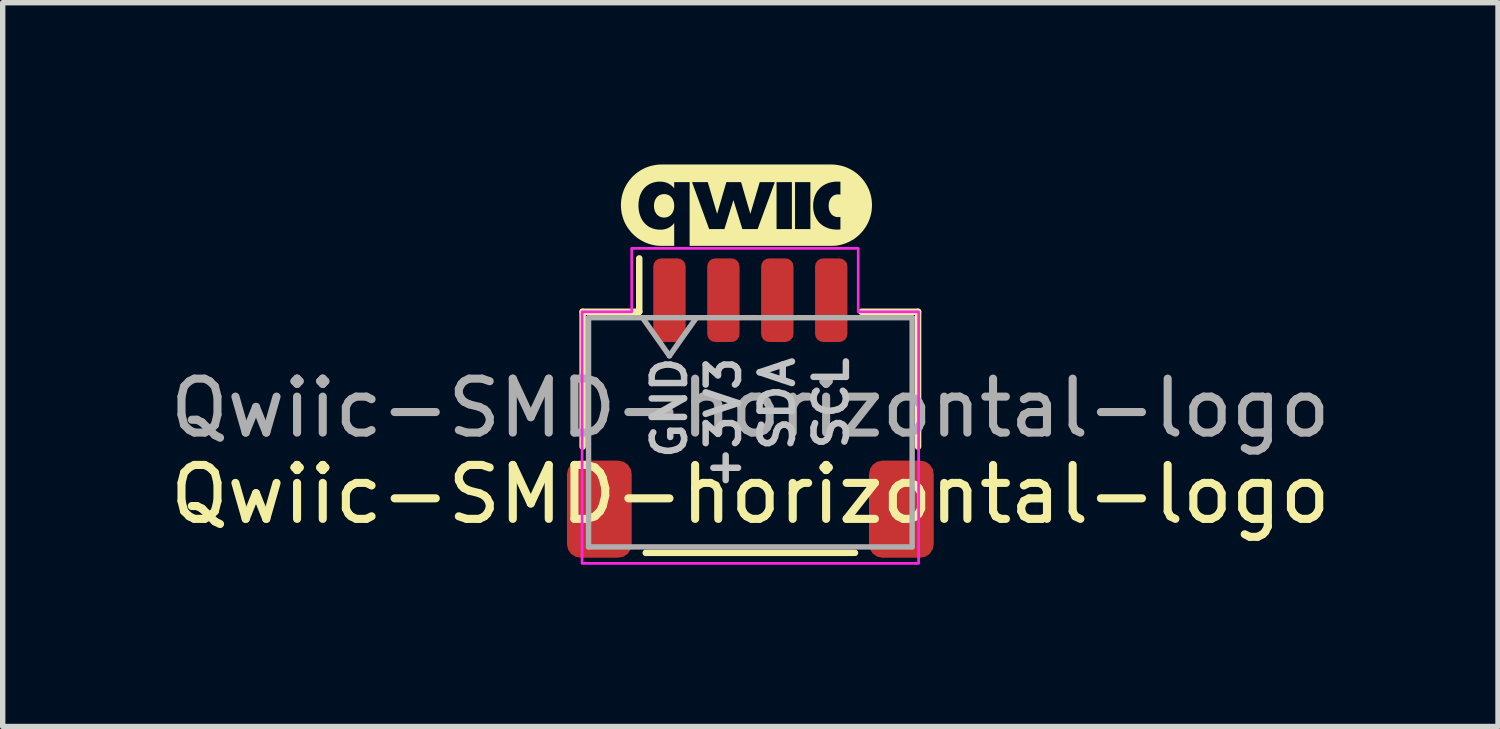
<source format=kicad_pcb>
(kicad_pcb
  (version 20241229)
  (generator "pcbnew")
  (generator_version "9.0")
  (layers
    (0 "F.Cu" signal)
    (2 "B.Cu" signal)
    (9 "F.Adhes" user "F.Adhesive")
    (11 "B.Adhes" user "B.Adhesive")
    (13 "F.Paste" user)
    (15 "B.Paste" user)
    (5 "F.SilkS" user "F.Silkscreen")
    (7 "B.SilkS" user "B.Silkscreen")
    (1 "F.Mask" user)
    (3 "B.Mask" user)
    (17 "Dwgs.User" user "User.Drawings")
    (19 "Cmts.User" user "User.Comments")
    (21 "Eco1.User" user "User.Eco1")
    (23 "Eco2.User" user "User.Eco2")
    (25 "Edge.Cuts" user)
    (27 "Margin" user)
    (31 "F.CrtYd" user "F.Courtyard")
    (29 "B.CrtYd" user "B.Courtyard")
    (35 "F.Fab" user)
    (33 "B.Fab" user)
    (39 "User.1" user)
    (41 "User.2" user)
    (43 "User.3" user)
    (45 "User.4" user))
  (footprint "Qwiic-SMD-horizontal-logo"
    (layer "F.Cu")
    (at 10.863 4.516)
    (property "Reference" "Qwiic-SMD-horizontal-logo" (at 0 1.6 0) (layer "F.SilkS") (effects (font (size 1 1) (thickness 0.15))))
    (attr smd)
    (fp_line (start -3.11 -1.785) (end -2.06 -1.785) (stroke (width 0.12) (type solid)) (layer "F.SilkS"))
    (fp_line (start -3.11 0.715) (end -3.11 -1.785) (stroke (width 0.12) (type solid)) (layer "F.SilkS"))
    (fp_line (start -2.06 -1.785) (end -2.06 -2.775) (stroke (width 0.12) (type solid)) (layer "F.SilkS"))
    (fp_line (start -1.94 2.685) (end 1.94 2.685) (stroke (width 0.12) (type solid)) (layer "F.SilkS"))
    (fp_line (start 3.11 -1.785) (end 2.06 -1.785) (stroke (width 0.12) (type solid)) (layer "F.SilkS"))
    (fp_line (start 3.11 0.715) (end 3.11 -1.785) (stroke (width 0.12) (type solid)) (layer "F.SilkS"))
    (fp_poly (pts (xy -1.588 -3.966) (xy -1.578 -3.966) (xy -1.568 -3.964) (xy -1.559 -3.963) (xy -1.549 -3.96) (xy -1.54 -3.958) (xy -1.531 -3.955) (xy -1.523 -3.951) (xy -1.514 -3.947) (xy -1.506 -3.943) (xy -1.498 -3.938) (xy -1.491 -3.932) (xy -1.483 -3.927) (xy -1.477 -3.92) (xy -1.47 -3.914) (xy -1.464 -3.907) (xy -1.458 -3.9) (xy -1.452 -3.892) (xy -1.447 -3.884) (xy -1.442 -3.876) (xy -1.437 -3.867) (xy -1.433 -3.858) (xy -1.429 -3.848) (xy -1.426 -3.838) (xy -1.422 -3.828) (xy -1.42 -3.818) (xy -1.417 -3.807) (xy -1.415 -3.796) (xy -1.414 -3.785) (xy -1.413 -3.773) (xy -1.412 -3.762) (xy -1.412 -3.75) (xy -1.412 -3.738) (xy -1.413 -3.726) (xy -1.414 -3.714) (xy -1.415 -3.703) (xy -1.417 -3.692) (xy -1.42 -3.682) (xy -1.422 -3.671) (xy -1.426 -3.661) (xy -1.429 -3.652) (xy -1.433 -3.642) (xy -1.437 -3.633) (xy -1.442 -3.624) (xy -1.447 -3.616) (xy -1.452 -3.608) (xy -1.458 -3.6) (xy -1.464 -3.593) (xy -1.47 -3.586) (xy -1.477 -3.579) (xy -1.483 -3.573) (xy -1.491 -3.567) (xy -1.498 -3.562) (xy -1.506 -3.557) (xy -1.514 -3.552) (xy -1.523 -3.548) (xy -1.531 -3.545) (xy -1.54 -3.541) (xy -1.549 -3.539) (xy -1.559 -3.537) (xy -1.568 -3.535) (xy -1.578 -3.533) (xy -1.588 -3.533) (xy -1.599 -3.532) (xy -1.609 -3.533) (xy -1.619 -3.533) (xy -1.629 -3.535) (xy -1.639 -3.537) (xy -1.648 -3.539) (xy -1.658 -3.541) (xy -1.667 -3.545) (xy -1.675 -3.548) (xy -1.684 -3.552) (xy -1.692 -3.557) (xy -1.7 -3.562) (xy -1.708 -3.567) (xy -1.715 -3.573) (xy -1.722 -3.579) (xy -1.728 -3.586) (xy -1.735 -3.593) (xy -1.741 -3.6) (xy -1.747 -3.608) (xy -1.752 -3.616) (xy -1.757 -3.624) (xy -1.761 -3.633) (xy -1.766 -3.642) (xy -1.77 -3.652) (xy -1.773 -3.661) (xy -1.776 -3.671) (xy -1.779 -3.682) (xy -1.781 -3.692) (xy -1.783 -3.703) (xy -1.785 -3.714) (xy -1.786 -3.726) (xy -1.786 -3.738) (xy -1.787 -3.75) (xy -1.786 -3.762) (xy -1.786 -3.773) (xy -1.785 -3.785) (xy -1.783 -3.796) (xy -1.781 -3.807) (xy -1.779 -3.817) (xy -1.776 -3.828) (xy -1.773 -3.838) (xy -1.77 -3.848) (xy -1.766 -3.857) (xy -1.761 -3.866) (xy -1.757 -3.875) (xy -1.752 -3.883) (xy -1.747 -3.891) (xy -1.741 -3.899) (xy -1.735 -3.906) (xy -1.728 -3.913) (xy -1.722 -3.92) (xy -1.715 -3.926) (xy -1.708 -3.932) (xy -1.7 -3.937) (xy -1.692 -3.942) (xy -1.684 -3.947) (xy -1.675 -3.951) (xy -1.667 -3.954) (xy -1.658 -3.958) (xy -1.648 -3.96) (xy -1.639 -3.963) (xy -1.629 -3.964) (xy -1.619 -3.966) (xy -1.609 -3.966) (xy -1.599 -3.967)) (stroke (width -0.000001) (type solid)) (fill yes) (layer "F.SilkS"))
    (fp_poly (pts (xy 1.54 -4.515) (xy 1.578 -4.512) (xy 1.616 -4.507) (xy 1.653 -4.5) (xy 1.689 -4.492) (xy 1.725 -4.482) (xy 1.76 -4.47) (xy 1.794 -4.457) (xy 1.828 -4.441) (xy 1.86 -4.425) (xy 1.892 -4.407) (xy 1.923 -4.387) (xy 1.952 -4.366) (xy 1.981 -4.344) (xy 2.008 -4.32) (xy 2.034 -4.295) (xy 2.059 -4.269) (xy 2.083 -4.241) (xy 2.105 -4.213) (xy 2.126 -4.183) (xy 2.146 -4.152) (xy 2.164 -4.121) (xy 2.181 -4.088) (xy 2.196 -4.055) (xy 2.21 -4.021) (xy 2.221 -3.986) (xy 2.232 -3.95) (xy 2.24 -3.913) (xy 2.247 -3.876) (xy 2.251 -3.838) (xy 2.254 -3.8) (xy 2.255 -3.761) (xy 2.255 -3.761) (xy 2.254 -3.722) (xy 2.251 -3.684) (xy 2.247 -3.646) (xy 2.24 -3.609) (xy 2.232 -3.573) (xy 2.221 -3.537) (xy 2.21 -3.502) (xy 2.196 -3.467) (xy 2.181 -3.434) (xy 2.164 -3.401) (xy 2.146 -3.37) (xy 2.126 -3.339) (xy 2.105 -3.31) (xy 2.083 -3.281) (xy 2.059 -3.254) (xy 2.034 -3.228) (xy 2.008 -3.203) (xy 1.981 -3.179) (xy 1.952 -3.156) (xy 1.923 -3.135) (xy 1.892 -3.116) (xy 1.86 -3.098) (xy 1.828 -3.081) (xy 1.794 -3.066) (xy 1.76 -3.052) (xy 1.725 -3.041) (xy 1.689 -3.03) (xy 1.653 -3.022) (xy 1.616 -3.015) (xy 1.578 -3.01) (xy 1.54 -3.008) (xy 1.501 -3.007) (xy -1.126 -3.007) (xy -1.126 -4.189) (xy -1.081 -4.189) (xy -0.764 -3.319) (xy -0.481 -3.319) (xy -0.314 -3.856) (xy -0.148 -3.319) (xy 0.135 -3.319) (xy 0.486 -3.319) (xy 0.77 -3.319) (xy 0.828 -3.319) (xy 1.113 -3.319) (xy 1.113 -3.75) (xy 1.164 -3.75) (xy 1.165 -3.725) (xy 1.166 -3.701) (xy 1.169 -3.677) (xy 1.172 -3.654) (xy 1.177 -3.632) (xy 1.182 -3.61) (xy 1.189 -3.589) (xy 1.196 -3.569) (xy 1.205 -3.549) (xy 1.214 -3.53) (xy 1.224 -3.511) (xy 1.235 -3.494) (xy 1.247 -3.476) (xy 1.259 -3.46) (xy 1.273 -3.445) (xy 1.287 -3.43) (xy 1.302 -3.416) (xy 1.318 -3.402) (xy 1.335 -3.39) (xy 1.352 -3.378) (xy 1.37 -3.368) (xy 1.389 -3.358) (xy 1.408 -3.349) (xy 1.428 -3.34) (xy 1.449 -3.333) (xy 1.47 -3.327) (xy 1.492 -3.321) (xy 1.515 -3.317) (xy 1.538 -3.313) (xy 1.562 -3.311) (xy 1.586 -3.309) (xy 1.611 -3.309) (xy 1.619 -3.309) (xy 1.626 -3.309) (xy 1.634 -3.309) (xy 1.641 -3.31) (xy 1.648 -3.31) (xy 1.656 -3.311) (xy 1.67 -3.312) (xy 1.67 -3.545) (xy 1.665 -3.544) (xy 1.659 -3.543) (xy 1.654 -3.542) (xy 1.649 -3.542) (xy 1.643 -3.541) (xy 1.637 -3.541) (xy 1.632 -3.541) (xy 1.626 -3.54) (xy 1.616 -3.541) (xy 1.607 -3.541) (xy 1.598 -3.543) (xy 1.589 -3.544) (xy 1.58 -3.546) (xy 1.572 -3.549) (xy 1.563 -3.552) (xy 1.555 -3.556) (xy 1.547 -3.559) (xy 1.54 -3.564) (xy 1.533 -3.569) (xy 1.526 -3.574) (xy 1.519 -3.579) (xy 1.512 -3.585) (xy 1.506 -3.591) (xy 1.5 -3.598) (xy 1.495 -3.605) (xy 1.49 -3.613) (xy 1.485 -3.621) (xy 1.48 -3.629) (xy 1.476 -3.637) (xy 1.472 -3.646) (xy 1.468 -3.655) (xy 1.465 -3.665) (xy 1.462 -3.674) (xy 1.459 -3.685) (xy 1.457 -3.695) (xy 1.455 -3.706) (xy 1.453 -3.728) (xy 1.452 -3.751) (xy 1.452 -3.763) (xy 1.453 -3.774) (xy 1.454 -3.785) (xy 1.455 -3.796) (xy 1.457 -3.807) (xy 1.459 -3.817) (xy 1.462 -3.827) (xy 1.465 -3.837) (xy 1.468 -3.846) (xy 1.472 -3.856) (xy 1.476 -3.864) (xy 1.48 -3.873) (xy 1.485 -3.881) (xy 1.49 -3.889) (xy 1.495 -3.896) (xy 1.5 -3.904) (xy 1.506 -3.91) (xy 1.512 -3.917) (xy 1.519 -3.923) (xy 1.526 -3.928) (xy 1.533 -3.933) (xy 1.54 -3.938) (xy 1.547 -3.943) (xy 1.555 -3.947) (xy 1.563 -3.95) (xy 1.572 -3.953) (xy 1.58 -3.956) (xy 1.589 -3.958) (xy 1.598 -3.96) (xy 1.607 -3.961) (xy 1.616 -3.962) (xy 1.626 -3.962) (xy 1.632 -3.962) (xy 1.637 -3.962) (xy 1.643 -3.961) (xy 1.649 -3.961) (xy 1.654 -3.96) (xy 1.659 -3.959) (xy 1.665 -3.958) (xy 1.67 -3.957) (xy 1.67 -4.195) (xy 1.657 -4.197) (xy 1.65 -4.197) (xy 1.643 -4.197) (xy 1.636 -4.198) (xy 1.629 -4.198) (xy 1.622 -4.198) (xy 1.615 -4.198) (xy 1.589 -4.198) (xy 1.565 -4.196) (xy 1.541 -4.194) (xy 1.518 -4.19) (xy 1.495 -4.186) (xy 1.473 -4.18) (xy 1.451 -4.174) (xy 1.43 -4.166) (xy 1.41 -4.158) (xy 1.39 -4.149) (xy 1.372 -4.138) (xy 1.353 -4.128) (xy 1.336 -4.116) (xy 1.319 -4.103) (xy 1.303 -4.09) (xy 1.288 -4.075) (xy 1.274 -4.06) (xy 1.26 -4.044) (xy 1.247 -4.028) (xy 1.235 -4.01) (xy 1.224 -3.992) (xy 1.214 -3.973) (xy 1.205 -3.954) (xy 1.197 -3.934) (xy 1.189 -3.913) (xy 1.183 -3.891) (xy 1.177 -3.869) (xy 1.173 -3.846) (xy 1.169 -3.823) (xy 1.166 -3.799) (xy 1.165 -3.775) (xy 1.164 -3.75) (xy 1.113 -3.75) (xy 1.113 -4.189) (xy 0.828 -4.189) (xy 0.828 -3.319) (xy 0.77 -3.319) (xy 0.77 -4.189) (xy 0.486 -4.189) (xy 0.486 -3.319) (xy 0.135 -3.319) (xy 0.454 -4.189) (xy 0.174 -4.189) (xy 0 -3.6) (xy -0.172 -4.189) (xy -0.445 -4.189) (xy -0.616 -3.6) (xy -0.79 -4.189) (xy -1.081 -4.189) (xy -1.126 -4.189) (xy -1.412 -4.189) (xy -1.412 -4.074) (xy -1.424 -4.089) (xy -1.436 -4.102) (xy -1.449 -4.115) (xy -1.463 -4.127) (xy -1.478 -4.138) (xy -1.493 -4.148) (xy -1.508 -4.158) (xy -1.525 -4.166) (xy -1.541 -4.173) (xy -1.559 -4.18) (xy -1.577 -4.185) (xy -1.596 -4.19) (xy -1.615 -4.194) (xy -1.635 -4.196) (xy -1.655 -4.198) (xy -1.676 -4.198) (xy -1.698 -4.198) (xy -1.72 -4.196) (xy -1.741 -4.194) (xy -1.762 -4.19) (xy -1.782 -4.186) (xy -1.802 -4.18) (xy -1.821 -4.174) (xy -1.839 -4.167) (xy -1.857 -4.159) (xy -1.874 -4.149) (xy -1.891 -4.14) (xy -1.907 -4.129) (xy -1.923 -4.117) (xy -1.937 -4.105) (xy -1.952 -4.091) (xy -1.965 -4.077) (xy -1.978 -4.063) (xy -1.99 -4.047) (xy -2.001 -4.031) (xy -2.012 -4.014) (xy -2.021 -3.996) (xy -2.03 -3.977) (xy -2.039 -3.958) (xy -2.046 -3.938) (xy -2.053 -3.918) (xy -2.058 -3.897) (xy -2.063 -3.875) (xy -2.067 -3.853) (xy -2.07 -3.83) (xy -2.073 -3.806) (xy -2.074 -3.782) (xy -2.075 -3.758) (xy -2.074 -3.733) (xy -2.073 -3.708) (xy -2.07 -3.684) (xy -2.067 -3.661) (xy -2.063 -3.638) (xy -2.058 -3.616) (xy -2.052 -3.594) (xy -2.046 -3.573) (xy -2.038 -3.553) (xy -2.03 -3.533) (xy -2.021 -3.515) (xy -2.011 -3.496) (xy -2 -3.479) (xy -1.989 -3.462) (xy -1.976 -3.446) (xy -1.964 -3.431) (xy -1.95 -3.417) (xy -1.936 -3.403) (xy -1.921 -3.39) (xy -1.905 -3.379) (xy -1.889 -3.367) (xy -1.872 -3.357) (xy -1.854 -3.348) (xy -1.836 -3.34) (xy -1.817 -3.332) (xy -1.797 -3.326) (xy -1.777 -3.32) (xy -1.757 -3.316) (xy -1.736 -3.312) (xy -1.714 -3.309) (xy -1.692 -3.308) (xy -1.669 -3.307) (xy -1.649 -3.308) (xy -1.629 -3.309) (xy -1.61 -3.312) (xy -1.591 -3.315) (xy -1.573 -3.32) (xy -1.556 -3.325) (xy -1.538 -3.332) (xy -1.522 -3.339) (xy -1.506 -3.347) (xy -1.491 -3.357) (xy -1.476 -3.367) (xy -1.462 -3.378) (xy -1.448 -3.39) (xy -1.436 -3.403) (xy -1.423 -3.417) (xy -1.412 -3.431) (xy -1.412 -3.007) (xy -1.645 -3.007) (xy -1.684 -3.008) (xy -1.722 -3.01) (xy -1.76 -3.015) (xy -1.797 -3.022) (xy -1.834 -3.03) (xy -1.87 -3.041) (xy -1.905 -3.052) (xy -1.939 -3.066) (xy -1.972 -3.081) (xy -2.005 -3.098) (xy -2.037 -3.116) (xy -2.067 -3.135) (xy -2.097 -3.156) (xy -2.125 -3.179) (xy -2.153 -3.203) (xy -2.179 -3.228) (xy -2.204 -3.254) (xy -2.228 -3.281) (xy -2.25 -3.31) (xy -2.271 -3.339) (xy -2.291 -3.37) (xy -2.309 -3.401) (xy -2.326 -3.434) (xy -2.341 -3.467) (xy -2.354 -3.502) (xy -2.366 -3.537) (xy -2.376 -3.573) (xy -2.385 -3.609) (xy -2.391 -3.646) (xy -2.396 -3.684) (xy -2.399 -3.722) (xy -2.4 -3.761) (xy -2.4 -3.761) (xy -2.399 -3.8) (xy -2.396 -3.838) (xy -2.391 -3.876) (xy -2.385 -3.913) (xy -2.376 -3.95) (xy -2.366 -3.986) (xy -2.354 -4.021) (xy -2.341 -4.055) (xy -2.326 -4.088) (xy -2.309 -4.121) (xy -2.291 -4.152) (xy -2.271 -4.183) (xy -2.25 -4.213) (xy -2.228 -4.241) (xy -2.204 -4.269) (xy -2.179 -4.295) (xy -2.153 -4.32) (xy -2.125 -4.344) (xy -2.097 -4.366) (xy -2.067 -4.387) (xy -2.037 -4.407) (xy -2.005 -4.425) (xy -1.972 -4.441) (xy -1.939 -4.457) (xy -1.905 -4.47) (xy -1.87 -4.482) (xy -1.834 -4.492) (xy -1.797 -4.5) (xy -1.76 -4.507) (xy -1.722 -4.512) (xy -1.684 -4.515) (xy -1.645 -4.516) (xy 1.501 -4.516)) (stroke (width -0.000001) (type solid)) (fill yes) (layer "F.SilkS"))
    (fp_poly (pts (xy 3.12 -1.785) (xy 3.12 2.88) (xy -3.12 2.88) (xy -3.12 -1.785) (xy -2.2 -1.785) (xy -2.2 -2.961) (xy 2 -2.961) (xy 2 -1.785)) (stroke (width 0.05) (type solid)) (fill no) (layer "F.CrtYd"))
    (fp_line (start -3 -1.675) (end -3 2.575) (stroke (width 0.1) (type solid)) (layer "F.Fab"))
    (fp_line (start -3 -1.675) (end 3 -1.675) (stroke (width 0.1) (type solid)) (layer "F.Fab"))
    (fp_line (start -3 2.575) (end 3 2.575) (stroke (width 0.1) (type solid)) (layer "F.Fab"))
    (fp_line (start -2 -1.675) (end -1.5 -0.968) (stroke (width 0.1) (type solid)) (layer "F.Fab"))
    (fp_line (start -1.5 -0.968) (end -1 -1.675) (stroke (width 0.1) (type solid)) (layer "F.Fab"))
    (fp_line (start 3 -1.675) (end 3 2.575) (stroke (width 0.1) (type solid)) (layer "F.Fab"))
    (fp_text user "SDA" (at 0.5 -1 90) (unlocked yes) (layer "Dwgs.User") (effects (font (size 0.6 0.6) (thickness 0.12) (bold yes)) (justify right)))
    (fp_text user "+3V3" (at -0.5 -1 90) (unlocked yes) (layer "Dwgs.User") (effects (font (size 0.6 0.6) (thickness 0.12) (bold yes)) (justify right)))
    (fp_text user "SCL" (at 1.5 -1 90) (unlocked yes) (layer "Dwgs.User") (effects (font (size 0.6 0.6) (thickness 0.12) (bold yes)) (justify right)))
    (fp_text user "GND" (at -1.5 -1 90) (unlocked yes) (layer "Dwgs.User") (effects (font (size 0.6 0.6) (thickness 0.12) (bold yes)) (justify right)))
    (fp_text user "${REFERENCE}" (at 0 0 0) (layer "F.Fab") (effects (font (size 1 1) (thickness 0.15))))
    (pad "1" smd roundrect (at -1.5 -2) (size 0.6 1.55) (layers "F.Cu" "F.Mask" "F.Paste") (roundrect_rratio 0.25))
    (pad "2" smd roundrect (at -0.5 -2) (size 0.6 1.55) (layers "F.Cu" "F.Mask" "F.Paste") (roundrect_rratio 0.25))
    (pad "3" smd roundrect (at 0.5 -2) (size 0.6 1.55) (layers "F.Cu" "F.Mask" "F.Paste") (roundrect_rratio 0.25))
    (pad "4" smd roundrect (at 1.5 -2) (size 0.6 1.55) (layers "F.Cu" "F.Mask" "F.Paste") (roundrect_rratio 0.25))
    (pad "MP" smd roundrect (at -2.8 1.875) (size 1.2 1.8) (layers "F.Cu" "F.Mask" "F.Paste") (roundrect_rratio 0.208))
    (pad "MP" smd roundrect (at 2.8 1.875) (size 1.2 1.8) (layers "F.Cu" "F.Mask" "F.Paste") (roundrect_rratio 0.208)))
  (gr_rect
    (start -3 -3)
    (end 24.726 10.421)
    (stroke (width 0.1) (type default))
    (fill no)
    (layer "Edge.Cuts")))
</source>
